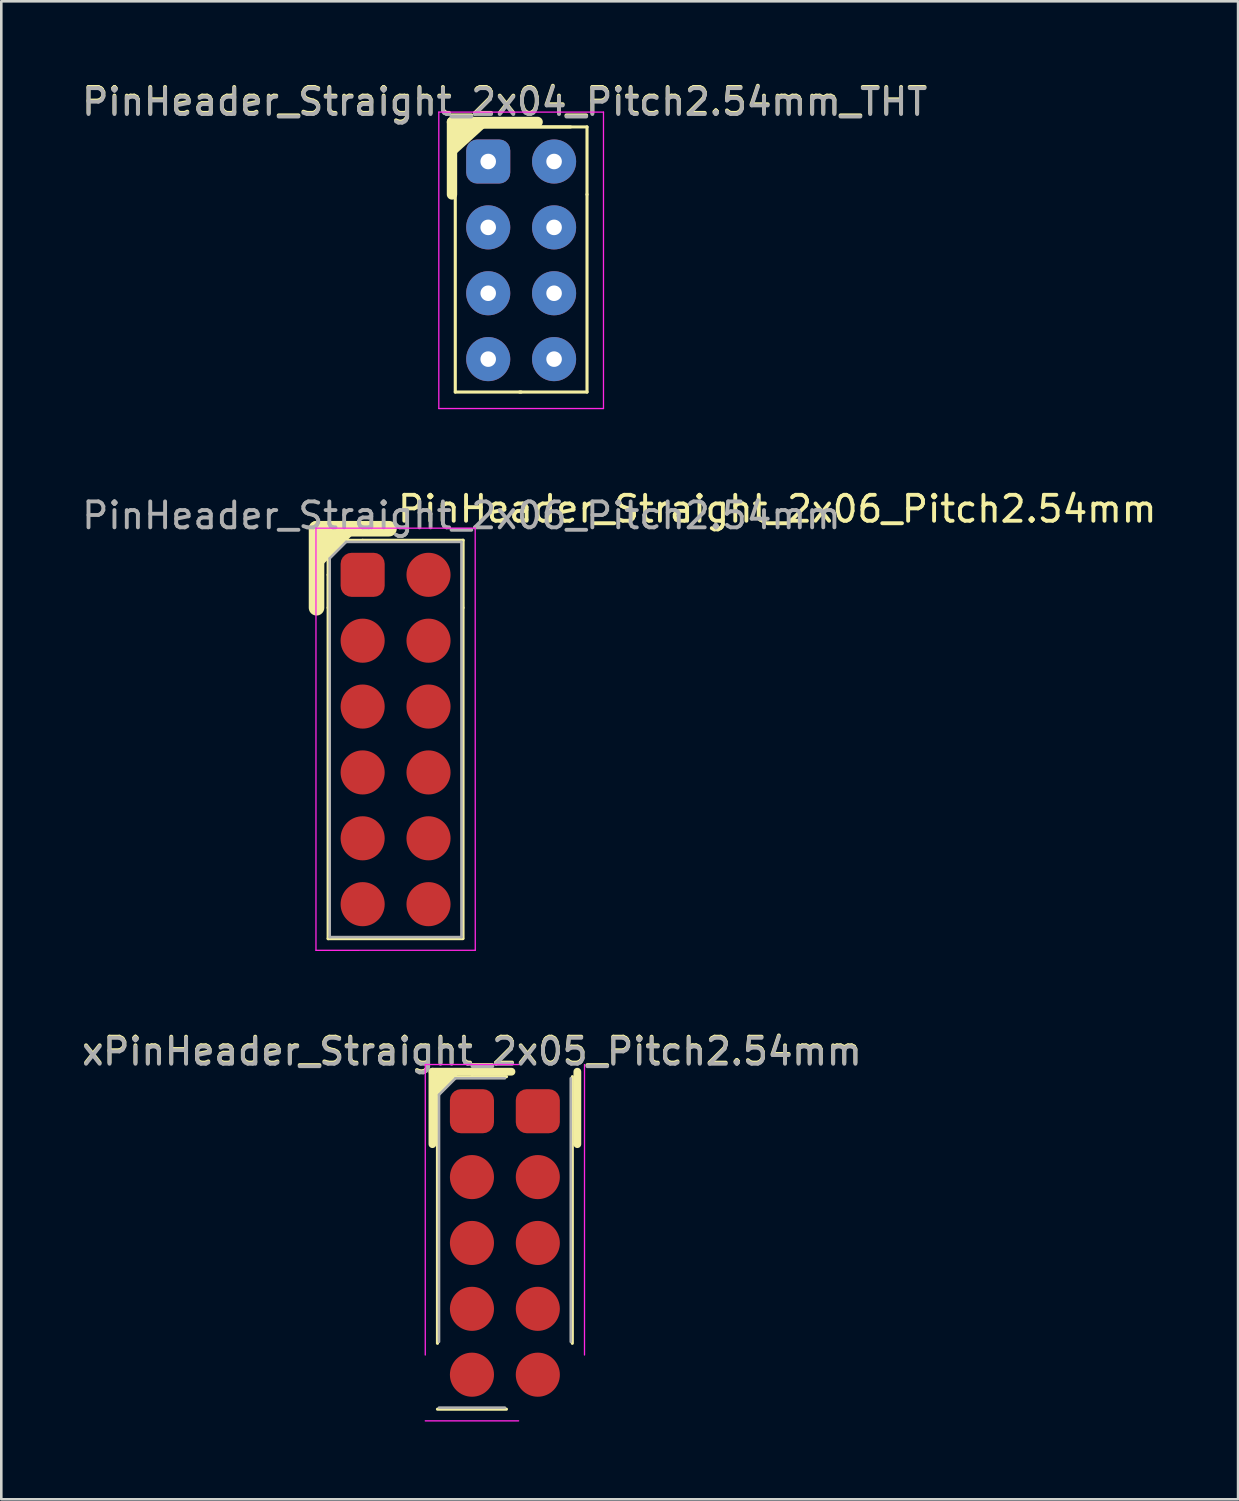
<source format=kicad_pcb>
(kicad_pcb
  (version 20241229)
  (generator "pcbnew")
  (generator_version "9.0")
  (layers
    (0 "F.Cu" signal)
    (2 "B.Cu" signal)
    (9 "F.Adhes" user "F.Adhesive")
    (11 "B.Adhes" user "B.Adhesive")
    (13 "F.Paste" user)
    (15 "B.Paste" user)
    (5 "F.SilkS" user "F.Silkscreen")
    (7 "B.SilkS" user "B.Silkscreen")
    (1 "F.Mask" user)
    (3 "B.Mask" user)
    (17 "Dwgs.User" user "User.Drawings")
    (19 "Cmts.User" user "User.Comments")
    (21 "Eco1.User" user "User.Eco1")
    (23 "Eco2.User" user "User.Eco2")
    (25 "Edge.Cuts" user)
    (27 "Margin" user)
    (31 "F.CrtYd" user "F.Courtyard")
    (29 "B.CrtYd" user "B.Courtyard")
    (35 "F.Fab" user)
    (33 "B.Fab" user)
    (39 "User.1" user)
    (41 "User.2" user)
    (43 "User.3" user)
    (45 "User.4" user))
  (footprint "PinHeader_Straight_2x06_Pitch2.54mm"
    (layer "F.Cu")
    (at 10.934 19.116)
    (property "Reference" "PinHeader_Straight_2x06_Pitch2.54mm" (at 1.27 -2.54 0) (layer "F.SilkS") (effects (font (size 1 1) (thickness 0.15)) (justify left)))
    (attr through_hole)
    (fp_line (start -1.778 -1.778) (end 1.016 -1.778) (stroke (width 0.6) (type solid)) (layer "F.SilkS"))
    (fp_line (start -1.778 1.27) (end -1.778 -1.778) (stroke (width 0.6) (type solid)) (layer "F.SilkS"))
    (fp_line (start -1.333 0) (end -1.333 1.27) (stroke (width 0.12) (type solid)) (layer "F.SilkS"))
    (fp_line (start -1.33 -1.33) (end 0 -1.33) (stroke (width 0.12) (type solid)) (layer "F.SilkS"))
    (fp_line (start -1.33 0) (end -1.33 -1.33) (stroke (width 0.12) (type solid)) (layer "F.SilkS"))
    (fp_line (start -1.33 1.27) (end -1.33 14.03) (stroke (width 0.12) (type solid)) (layer "F.SilkS"))
    (fp_line (start -1.33 14.03) (end 3.861 14.03) (stroke (width 0.12) (type solid)) (layer "F.SilkS"))
    (fp_line (start 0 -1.333) (end 3.873 -1.333) (stroke (width 0.12) (type solid)) (layer "F.SilkS"))
    (fp_line (start 3.87 1.27) (end 3.87 14.021) (stroke (width 0.12) (type solid)) (layer "F.SilkS"))
    (fp_line (start 3.873 -1.333) (end 3.873 1.27) (stroke (width 0.12) (type solid)) (layer "F.SilkS"))
    (fp_poly (pts (xy -1.778 -0.254) (xy -0.254 -1.778) (xy -1.778 -1.778)) (stroke (width 0.15) (type solid)) (fill yes) (layer "F.SilkS"))
    (fp_line (start -1.8 -1.8) (end -1.8 14.48) (stroke (width 0.05) (type solid)) (layer "F.CrtYd"))
    (fp_line (start -1.8 14.48) (end 4.343 14.478) (stroke (width 0.05) (type solid)) (layer "F.CrtYd"))
    (fp_line (start 4.34 -1.8) (end -1.8 -1.8) (stroke (width 0.05) (type solid)) (layer "F.CrtYd"))
    (fp_line (start 4.343 14.478) (end 4.34 -1.8) (stroke (width 0.05) (type solid)) (layer "F.CrtYd"))
    (fp_line (start -1.27 -0.635) (end -0.635 -1.27) (stroke (width 0.1) (type solid)) (layer "F.Fab"))
    (fp_line (start -1.27 13.97) (end -1.27 -0.635) (stroke (width 0.1) (type solid)) (layer "F.Fab"))
    (fp_line (start -0.635 -1.27) (end 3.81 -1.27) (stroke (width 0.1) (type solid)) (layer "F.Fab"))
    (fp_line (start 3.81 -1.27) (end 3.81 13.97) (stroke (width 0.1) (type solid)) (layer "F.Fab"))
    (fp_line (start 3.81 13.97) (end -1.27 13.97) (stroke (width 0.1) (type solid)) (layer "F.Fab"))
    (fp_text user "${REFERENCE}" (at 3.81 -2.286 180) (layer "F.Fab") (effects (font (size 1 1) (thickness 0.15))))
    (pad "1" smd roundrect (at 0 0) (size 1.7 1.7) (layers "F.Cu" "F.Mask" "F.Paste") (roundrect_rratio 0.25))
    (pad "2" smd oval (at 0 2.54) (size 1.7 1.7) (layers "F.Cu" "F.Mask" "F.Paste"))
    (pad "3" smd oval (at 0 5.08) (size 1.7 1.7) (layers "F.Cu" "F.Mask" "F.Paste"))
    (pad "4" smd oval (at 0 7.62) (size 1.7 1.7) (layers "F.Cu" "F.Mask" "F.Paste"))
    (pad "5" smd oval (at 0 10.16) (size 1.7 1.7) (layers "F.Cu" "F.Mask" "F.Paste"))
    (pad "6" smd oval (at 0 12.7) (size 1.7 1.7) (layers "F.Cu" "F.Mask" "F.Paste"))
    (pad "7" smd oval (at 2.54 12.7) (size 1.7 1.7) (layers "F.Cu" "F.Mask" "F.Paste"))
    (pad "8" smd oval (at 2.54 10.16) (size 1.7 1.7) (layers "F.Cu" "F.Mask" "F.Paste"))
    (pad "9" smd oval (at 2.54 7.62) (size 1.7 1.7) (layers "F.Cu" "F.Mask" "F.Paste"))
    (pad "10" smd oval (at 2.54 5.08) (size 1.7 1.7) (layers "F.Cu" "F.Mask" "F.Paste"))
    (pad "11" smd oval (at 2.54 2.54) (size 1.7 1.7) (layers "F.Cu" "F.Mask" "F.Paste"))
    (pad "12" smd oval (at 2.54 0) (size 1.7 1.7) (layers "F.Cu" "F.Mask" "F.Paste")))
  (footprint "xPinHeader_Straight_2x05_Pitch2.54mm"
    (layer "F.Cu")
    (at 15.149 39.8)
    (property "Reference" "xPinHeader_Straight_2x05_Pitch2.54mm" (at 0 -2.33 0) (layer "F.SilkS") (effects (font (size 1 1) (thickness 0.15))))
    (attr through_hole)
    (fp_line (start -1.524 -1.524) (end 1.524 -1.524) (stroke (width 0.3) (type solid)) (layer "F.SilkS"))
    (fp_line (start -1.524 1.27) (end -1.524 -1.524) (stroke (width 0.3) (type solid)) (layer "F.SilkS"))
    (fp_line (start -1.333 0) (end -1.333 1.27) (stroke (width 0.12) (type solid)) (layer "F.SilkS"))
    (fp_line (start -1.33 -1.33) (end 0 -1.33) (stroke (width 0.12) (type solid)) (layer "F.SilkS"))
    (fp_line (start -1.33 0) (end -1.33 -1.33) (stroke (width 0.12) (type solid)) (layer "F.SilkS"))
    (fp_line (start -1.33 1.27) (end -1.33 8.95) (stroke (width 0.12) (type solid)) (layer "F.SilkS"))
    (fp_line (start -1.33 11.49) (end 1.33 11.49) (stroke (width 0.12) (type solid)) (layer "F.SilkS"))
    (fp_line (start 0 -1.333) (end 1.333 -1.333) (stroke (width 0.12) (type solid)) (layer "F.SilkS"))
    (fp_line (start 3.87 1.27) (end 3.87 8.95) (stroke (width 0.12) (type solid)) (layer "F.SilkS"))
    (fp_line (start 3.873 -1.333) (end 3.873 1.27) (stroke (width 0.12) (type solid)) (layer "F.SilkS"))
    (fp_line (start 4.064 -1.524) (end 4.064 1.27) (stroke (width 0.3) (type solid)) (layer "F.SilkS"))
    (fp_poly (pts (xy -1.333 -0.635) (xy -0.635 -1.333) (xy -1.333 -1.333)) (stroke (width 0.15) (type solid)) (fill yes) (layer "F.SilkS"))
    (fp_line (start -1.8 -1.8) (end -1.8 9.4) (stroke (width 0.05) (type solid)) (layer "F.CrtYd"))
    (fp_line (start -1.8 11.94) (end 1.8 11.94) (stroke (width 0.05) (type solid)) (layer "F.CrtYd"))
    (fp_line (start 1.8 -1.8) (end -1.8 -1.8) (stroke (width 0.05) (type solid)) (layer "F.CrtYd"))
    (fp_line (start 4.34 9.4) (end 4.34 -1.8) (stroke (width 0.05) (type solid)) (layer "F.CrtYd"))
    (fp_line (start -1.27 -0.635) (end -0.635 -1.27) (stroke (width 0.1) (type solid)) (layer "F.Fab"))
    (fp_line (start -1.27 8.89) (end -1.27 -0.635) (stroke (width 0.1) (type solid)) (layer "F.Fab"))
    (fp_line (start -0.635 -1.27) (end 1.27 -1.27) (stroke (width 0.1) (type solid)) (layer "F.Fab"))
    (fp_line (start 1.27 11.43) (end -1.27 11.43) (stroke (width 0.1) (type solid)) (layer "F.Fab"))
    (fp_line (start 3.81 -1.27) (end 3.81 8.89) (stroke (width 0.1) (type solid)) (layer "F.Fab"))
    (fp_text user "${REFERENCE}" (at 0 -2.286 180) (layer "F.Fab") (effects (font (size 1 1) (thickness 0.15))))
    (pad "1" smd roundrect (at 0 0) (size 1.7 1.7) (layers "F.Cu" "F.Mask" "F.Paste") (roundrect_rratio 0.25))
    (pad "1" smd roundrect (at 2.54 0) (size 1.7 1.7) (layers "F.Cu" "F.Mask" "F.Paste") (roundrect_rratio 0.25))
    (pad "2" smd oval (at 0 2.54) (size 1.7 1.7) (layers "F.Cu" "F.Mask" "F.Paste"))
    (pad "2" smd oval (at 2.54 2.54) (size 1.7 1.7) (layers "F.Cu" "F.Mask" "F.Paste"))
    (pad "3" smd oval (at 0 5.08) (size 1.7 1.7) (layers "F.Cu" "F.Mask" "F.Paste"))
    (pad "3" smd oval (at 2.54 5.08) (size 1.7 1.7) (layers "F.Cu" "F.Mask" "F.Paste"))
    (pad "4" smd oval (at 0 7.62) (size 1.7 1.7) (layers "F.Cu" "F.Mask" "F.Paste"))
    (pad "4" smd oval (at 2.54 7.62) (size 1.7 1.7) (layers "F.Cu" "F.Mask" "F.Paste"))
    (pad "5" smd oval (at 0 10.16) (size 1.7 1.7) (layers "F.Cu" "F.Mask" "F.Paste"))
    (pad "5" smd oval (at 2.54 10.16) (size 1.7 1.7) (layers "F.Cu" "F.Mask" "F.Paste")))
  (footprint "PinHeader_Straight_2x04_Pitch2.54mm_THT"
    (layer "F.Cu")
    (at 15.776 3.178)
    (property "Reference" "PinHeader_Straight_2x04_Pitch2.54mm_THT" (at 0.635 -2.33 0) (layer "F.SilkS") (effects (font (size 1 1) (thickness 0.15))))
    (attr through_hole)
    (fp_line (start -1.397 1.27) (end -1.397 -1.524) (stroke (width 0.4) (type solid)) (layer "F.SilkS"))
    (fp_line (start -1.33 -1.333) (end 3.81 -1.333) (stroke (width 0.12) (type solid)) (layer "F.SilkS"))
    (fp_line (start -1.27 1.27) (end -1.27 8.89) (stroke (width 0.12) (type solid)) (layer "F.SilkS"))
    (fp_line (start -1.27 8.89) (end 1.27 8.89) (stroke (width 0.12) (type solid)) (layer "F.SilkS"))
    (fp_line (start -1.143 -1.333) (end 3.175 -1.333) (stroke (width 0.12) (type solid)) (layer "F.SilkS"))
    (fp_line (start 1.21 8.89) (end 3.81 8.89) (stroke (width 0.12) (type solid)) (layer "F.SilkS"))
    (fp_line (start 1.905 -1.524) (end -1.397 -1.524) (stroke (width 0.4) (type solid)) (layer "F.SilkS"))
    (fp_line (start 3.81 -1.333) (end 3.81 1.27) (stroke (width 0.12) (type solid)) (layer "F.SilkS"))
    (fp_line (start 3.81 1.27) (end 3.81 8.89) (stroke (width 0.12) (type solid)) (layer "F.SilkS"))
    (fp_poly (pts (xy -1.397 -0.254) (xy 0 -1.524) (xy -1.397 -1.524)) (stroke (width 0.15) (type solid)) (fill yes) (layer "F.SilkS"))
    (fp_line (start -1.905 -1.905) (end 4.445 -1.905) (stroke (width 0.05) (type solid)) (layer "F.CrtYd"))
    (fp_line (start -1.905 9.525) (end -1.905 -1.905) (stroke (width 0.05) (type solid)) (layer "F.CrtYd"))
    (fp_line (start -1.905 9.525) (end 4.445 9.525) (stroke (width 0.05) (type solid)) (layer "F.CrtYd"))
    (fp_line (start 4.445 9.525) (end 4.445 -1.905) (stroke (width 0.05) (type solid)) (layer "F.CrtYd"))
    (fp_text user "${REFERENCE}" (at 0.635 -2.286 180) (layer "F.Fab") (effects (font (size 1 1) (thickness 0.15))))
    (pad "1" thru_hole roundrect (at 0 0) (size 1.7 1.7) (drill 0.6) (layers "*.Cu" "*.Mask") (roundrect_rratio 0.25))
    (pad "2" thru_hole circle (at 2.54 0) (size 1.7 1.7) (drill 0.6) (layers "*.Cu" "*.Mask"))
    (pad "3" thru_hole circle (at 0 2.54) (size 1.7 1.7) (drill 0.6) (layers "*.Cu" "*.Mask"))
    (pad "4" thru_hole circle (at 2.54 2.54) (size 1.7 1.7) (drill 0.6) (layers "*.Cu" "*.Mask"))
    (pad "5" thru_hole circle (at 0 5.08) (size 1.7 1.7) (drill 0.6) (layers "*.Cu" "*.Mask"))
    (pad "6" thru_hole circle (at 2.54 5.08) (size 1.7 1.7) (drill 0.6) (layers "*.Cu" "*.Mask"))
    (pad "7" thru_hole circle (at 0 7.62) (size 1.7 1.7) (drill 0.6) (layers "*.Cu" "*.Mask"))
    (pad "8" thru_hole circle (at 2.54 7.62) (size 1.7 1.7) (drill 0.6) (layers "*.Cu" "*.Mask")))
  (gr_rect
    (start -3 -3)
    (end 44.692 54.765)
    (stroke (width 0.1) (type default))
    (fill no)
    (layer "Edge.Cuts")))
</source>
